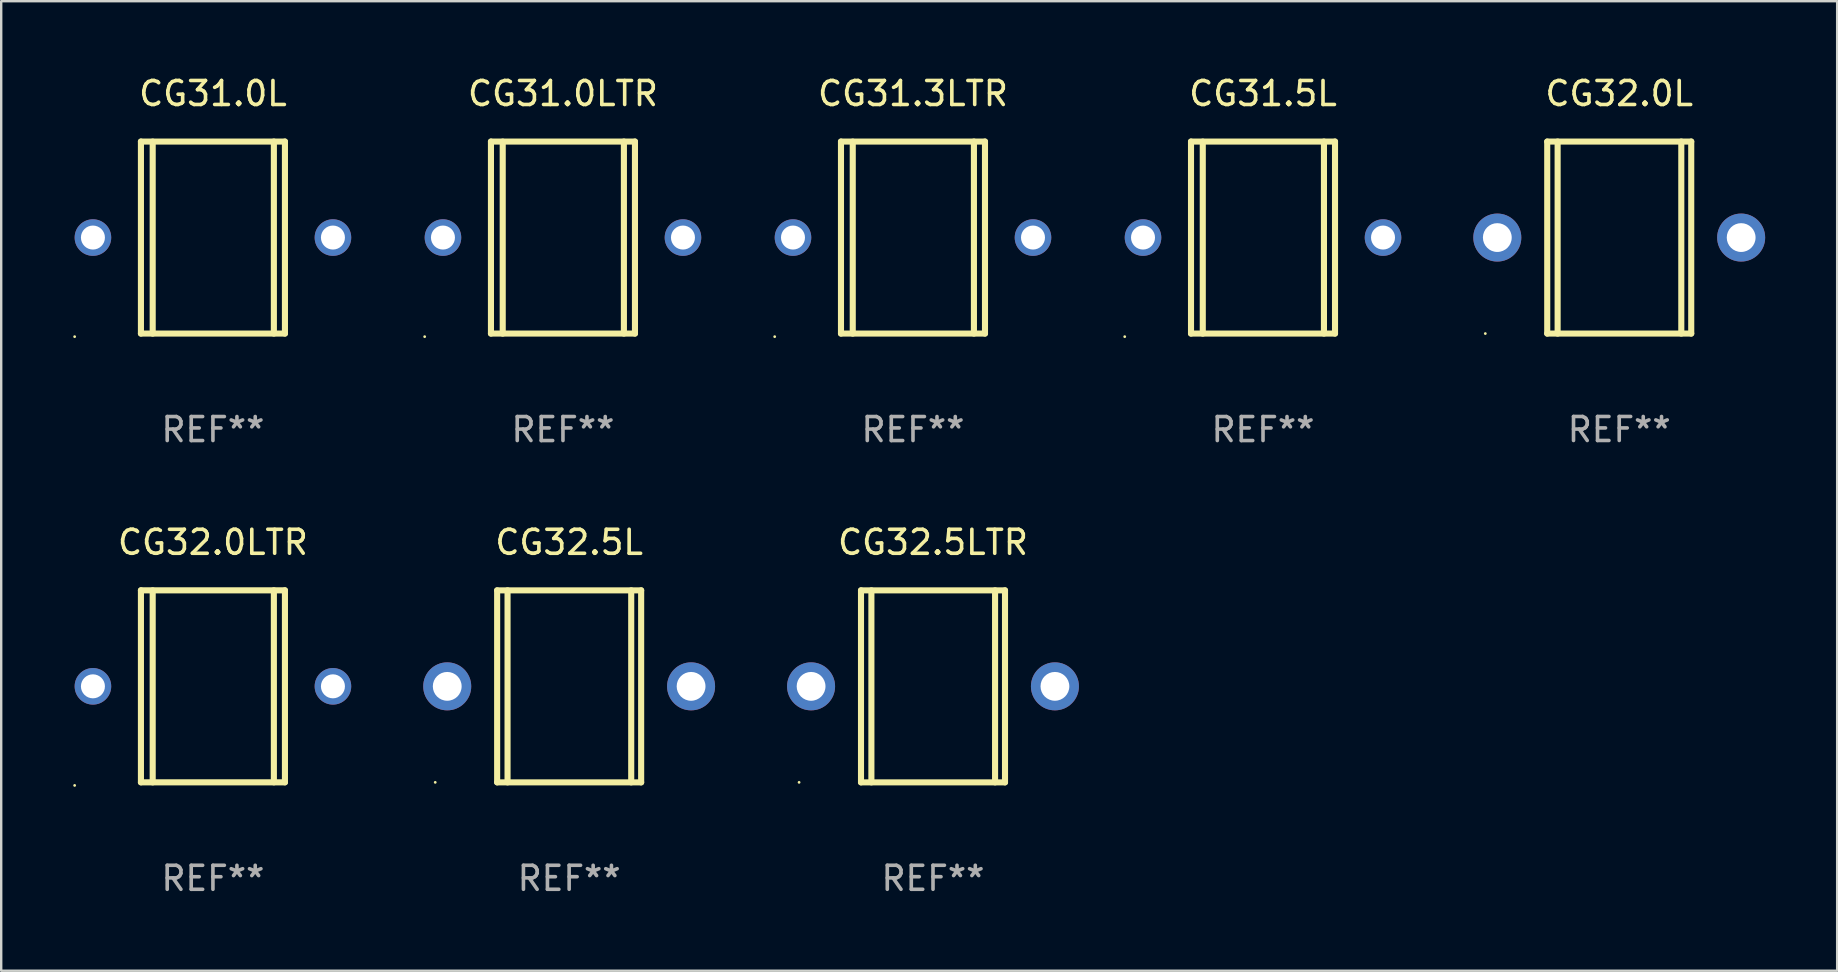
<source format=kicad_pcb>
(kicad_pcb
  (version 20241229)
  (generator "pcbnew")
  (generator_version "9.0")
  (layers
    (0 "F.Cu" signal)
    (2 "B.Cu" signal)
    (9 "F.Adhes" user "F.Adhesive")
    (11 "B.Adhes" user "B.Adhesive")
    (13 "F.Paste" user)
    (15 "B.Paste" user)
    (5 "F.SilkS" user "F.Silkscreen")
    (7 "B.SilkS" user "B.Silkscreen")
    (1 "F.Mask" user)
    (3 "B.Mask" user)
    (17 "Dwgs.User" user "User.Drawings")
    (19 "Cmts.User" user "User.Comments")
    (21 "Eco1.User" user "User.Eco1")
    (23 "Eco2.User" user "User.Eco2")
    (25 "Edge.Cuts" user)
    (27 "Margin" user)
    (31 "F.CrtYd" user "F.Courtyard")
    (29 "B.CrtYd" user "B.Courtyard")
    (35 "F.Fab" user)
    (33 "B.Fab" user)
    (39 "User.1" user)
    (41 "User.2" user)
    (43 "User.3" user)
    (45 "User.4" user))
  (footprint "CG31.5L"
    (layer "F.Cu")
    (at 49.574 6.849)
    (property "Reference" "CG31.5L" (at 0 -6.001 0) (layer "F.SilkS") (effects (font (size 1 1) (thickness 0.15))))
    (attr through_hole)
    (fp_line (start -3 -4.001) (end -3 3.999) (stroke (width 0.254) (type solid)) (layer "F.SilkS"))
    (fp_line (start -3 -4.001) (end 3 -4.001) (stroke (width 0.254) (type solid)) (layer "F.SilkS"))
    (fp_line (start -2.51 4.001) (end -2.51 -3.999) (stroke (width 0.254) (type solid)) (layer "F.SilkS"))
    (fp_line (start 2.539 3.999) (end 2.539 -4.001) (stroke (width 0.254) (type solid)) (layer "F.SilkS"))
    (fp_line (start 3 3.999) (end -3 3.999) (stroke (width 0.254) (type solid)) (layer "F.SilkS"))
    (fp_line (start 3 3.999) (end 3 -4.001) (stroke (width 0.254) (type solid)) (layer "F.SilkS"))
    (fp_circle (center -5.762 4.128) (end -5.732 4.128) (stroke (width 0.06) (type solid)) (fill no) (layer "F.SilkS"))
    (fp_text user "REF**" (at 0 8.001 0) (layer "F.Fab") (effects (font (size 1 1) (thickness 0.15))))
    (pad "1" thru_hole circle (at -5 -0.001) (size 1.524 1.524) (drill 1) (layers "*.Cu" "*.Mask"))
    (pad "2" thru_hole circle (at 5 -0.001) (size 1.524 1.524) (drill 1) (layers "*.Cu" "*.Mask")))
  (footprint "CG32.0L"
    (layer "F.Cu")
    (at 64.416 6.848)
    (property "Reference" "CG32.0L" (at 0 -6 0) (layer "F.SilkS") (effects (font (size 1 1) (thickness 0.15))))
    (attr through_hole)
    (fp_line (start -3 -4) (end -3 4) (stroke (width 0.254) (type solid)) (layer "F.SilkS"))
    (fp_line (start -3 -4) (end 3 -4) (stroke (width 0.254) (type solid)) (layer "F.SilkS"))
    (fp_line (start -3 4) (end 3 4) (stroke (width 0.254) (type solid)) (layer "F.SilkS"))
    (fp_line (start -2.567 -4) (end -2.567 4) (stroke (width 0.254) (type solid)) (layer "F.SilkS"))
    (fp_line (start 2.586 -4) (end 2.586 4) (stroke (width 0.254) (type solid)) (layer "F.SilkS"))
    (fp_line (start 3 -4) (end 3 4) (stroke (width 0.254) (type solid)) (layer "F.SilkS"))
    (fp_circle (center -5.58 4) (end -5.55 4) (stroke (width 0.06) (type solid)) (fill no) (layer "F.SilkS"))
    (fp_text user "REF**" (at 0 8 0) (layer "F.Fab") (effects (font (size 1 1) (thickness 0.15))))
    (pad "1" thru_hole circle (at -5.08 0) (size 2 2) (drill 1.2) (layers "*.Cu" "*.Mask"))
    (pad "2" thru_hole circle (at 5.08 0) (size 2 2) (drill 1.2) (layers "*.Cu" "*.Mask")))
  (footprint "CG32.5L"
    (layer "F.Cu")
    (at 20.664 25.547)
    (property "Reference" "CG32.5L" (at 0 -6 0) (layer "F.SilkS") (effects (font (size 1 1) (thickness 0.15))))
    (attr through_hole)
    (fp_line (start -3 -4) (end -3 4) (stroke (width 0.254) (type solid)) (layer "F.SilkS"))
    (fp_line (start -3 -4) (end 3 -4) (stroke (width 0.254) (type solid)) (layer "F.SilkS"))
    (fp_line (start -3 4) (end 3 4) (stroke (width 0.254) (type solid)) (layer "F.SilkS"))
    (fp_line (start -2.567 -4) (end -2.567 4) (stroke (width 0.254) (type solid)) (layer "F.SilkS"))
    (fp_line (start 2.586 -4) (end 2.586 4) (stroke (width 0.254) (type solid)) (layer "F.SilkS"))
    (fp_line (start 3 -4) (end 3 4) (stroke (width 0.254) (type solid)) (layer "F.SilkS"))
    (fp_circle (center -5.58 4) (end -5.55 4) (stroke (width 0.06) (type solid)) (fill no) (layer "F.SilkS"))
    (fp_text user "REF**" (at 0 8 0) (layer "F.Fab") (effects (font (size 1 1) (thickness 0.15))))
    (pad "1" thru_hole circle (at -5.08 0) (size 2 2) (drill 1.2) (layers "*.Cu" "*.Mask"))
    (pad "2" thru_hole circle (at 5.08 0) (size 2 2) (drill 1.2) (layers "*.Cu" "*.Mask")))
  (footprint "CG31.3LTR"
    (layer "F.Cu")
    (at 34.99 6.849)
    (property "Reference" "CG31.3LTR" (at 0 -6.001 0) (layer "F.SilkS") (effects (font (size 1 1) (thickness 0.15))))
    (attr through_hole)
    (fp_line (start -3 -4.001) (end -3 3.999) (stroke (width 0.254) (type solid)) (layer "F.SilkS"))
    (fp_line (start -3 -4.001) (end 3 -4.001) (stroke (width 0.254) (type solid)) (layer "F.SilkS"))
    (fp_line (start -2.51 4.001) (end -2.51 -3.999) (stroke (width 0.254) (type solid)) (layer "F.SilkS"))
    (fp_line (start 2.539 3.999) (end 2.539 -4.001) (stroke (width 0.254) (type solid)) (layer "F.SilkS"))
    (fp_line (start 3 3.999) (end -3 3.999) (stroke (width 0.254) (type solid)) (layer "F.SilkS"))
    (fp_line (start 3 3.999) (end 3 -4.001) (stroke (width 0.254) (type solid)) (layer "F.SilkS"))
    (fp_circle (center -5.762 4.128) (end -5.732 4.128) (stroke (width 0.06) (type solid)) (fill no) (layer "F.SilkS"))
    (fp_text user "REF**" (at 0 8.001 0) (layer "F.Fab") (effects (font (size 1 1) (thickness 0.15))))
    (pad "1" thru_hole circle (at -5 -0.001) (size 1.524 1.524) (drill 1) (layers "*.Cu" "*.Mask"))
    (pad "2" thru_hole circle (at 5 -0.001) (size 1.524 1.524) (drill 1) (layers "*.Cu" "*.Mask")))
  (footprint "CG31.0LTR"
    (layer "F.Cu")
    (at 20.406 6.849)
    (property "Reference" "CG31.0LTR" (at 0 -6.001 0) (layer "F.SilkS") (effects (font (size 1 1) (thickness 0.15))))
    (attr through_hole)
    (fp_line (start -3 -4.001) (end -3 3.999) (stroke (width 0.254) (type solid)) (layer "F.SilkS"))
    (fp_line (start -3 -4.001) (end 3 -4.001) (stroke (width 0.254) (type solid)) (layer "F.SilkS"))
    (fp_line (start -2.51 4.001) (end -2.51 -3.999) (stroke (width 0.254) (type solid)) (layer "F.SilkS"))
    (fp_line (start 2.539 3.999) (end 2.539 -4.001) (stroke (width 0.254) (type solid)) (layer "F.SilkS"))
    (fp_line (start 3 3.999) (end -3 3.999) (stroke (width 0.254) (type solid)) (layer "F.SilkS"))
    (fp_line (start 3 3.999) (end 3 -4.001) (stroke (width 0.254) (type solid)) (layer "F.SilkS"))
    (fp_circle (center -5.762 4.128) (end -5.732 4.128) (stroke (width 0.06) (type solid)) (fill no) (layer "F.SilkS"))
    (fp_text user "REF**" (at 0 8.001 0) (layer "F.Fab") (effects (font (size 1 1) (thickness 0.15))))
    (pad "1" thru_hole circle (at -5 -0.001) (size 1.524 1.524) (drill 1) (layers "*.Cu" "*.Mask"))
    (pad "2" thru_hole circle (at 5 -0.001) (size 1.524 1.524) (drill 1) (layers "*.Cu" "*.Mask")))
  (footprint "CG32.5LTR"
    (layer "F.Cu")
    (at 35.824 25.547)
    (property "Reference" "CG32.5LTR" (at 0 -6 0) (layer "F.SilkS") (effects (font (size 1 1) (thickness 0.15))))
    (attr through_hole)
    (fp_line (start -3 -4) (end -3 4) (stroke (width 0.254) (type solid)) (layer "F.SilkS"))
    (fp_line (start -3 -4) (end 3 -4) (stroke (width 0.254) (type solid)) (layer "F.SilkS"))
    (fp_line (start -3 4) (end 3 4) (stroke (width 0.254) (type solid)) (layer "F.SilkS"))
    (fp_line (start -2.567 -4) (end -2.567 4) (stroke (width 0.254) (type solid)) (layer "F.SilkS"))
    (fp_line (start 2.586 -4) (end 2.586 4) (stroke (width 0.254) (type solid)) (layer "F.SilkS"))
    (fp_line (start 3 -4) (end 3 4) (stroke (width 0.254) (type solid)) (layer "F.SilkS"))
    (fp_circle (center -5.58 4) (end -5.55 4) (stroke (width 0.06) (type solid)) (fill no) (layer "F.SilkS"))
    (fp_text user "REF**" (at 0 8 0) (layer "F.Fab") (effects (font (size 1 1) (thickness 0.15))))
    (pad "1" thru_hole circle (at -5.08 0) (size 2 2) (drill 1.2) (layers "*.Cu" "*.Mask"))
    (pad "2" thru_hole circle (at 5.08 0) (size 2 2) (drill 1.2) (layers "*.Cu" "*.Mask")))
  (footprint "CG32.0LTR"
    (layer "F.Cu")
    (at 5.822 25.547)
    (property "Reference" "CG32.0LTR" (at 0 -6.001 0) (layer "F.SilkS") (effects (font (size 1 1) (thickness 0.15))))
    (attr through_hole)
    (fp_line (start -3 -4.001) (end -3 3.999) (stroke (width 0.254) (type solid)) (layer "F.SilkS"))
    (fp_line (start -3 -4.001) (end 3 -4.001) (stroke (width 0.254) (type solid)) (layer "F.SilkS"))
    (fp_line (start -2.51 4.001) (end -2.51 -3.999) (stroke (width 0.254) (type solid)) (layer "F.SilkS"))
    (fp_line (start 2.539 3.999) (end 2.539 -4.001) (stroke (width 0.254) (type solid)) (layer "F.SilkS"))
    (fp_line (start 3 3.999) (end -3 3.999) (stroke (width 0.254) (type solid)) (layer "F.SilkS"))
    (fp_line (start 3 3.999) (end 3 -4.001) (stroke (width 0.254) (type solid)) (layer "F.SilkS"))
    (fp_circle (center -5.762 4.128) (end -5.732 4.128) (stroke (width 0.06) (type solid)) (fill no) (layer "F.SilkS"))
    (fp_text user "REF**" (at 0 8.001 0) (layer "F.Fab") (effects (font (size 1 1) (thickness 0.15))))
    (pad "1" thru_hole circle (at -5 -0.001) (size 1.524 1.524) (drill 1) (layers "*.Cu" "*.Mask"))
    (pad "2" thru_hole circle (at 5 -0.001) (size 1.524 1.524) (drill 1) (layers "*.Cu" "*.Mask")))
  (footprint "CG31.0L"
    (layer "F.Cu")
    (at 5.822 6.849)
    (property "Reference" "CG31.0L" (at 0 -6.001 0) (layer "F.SilkS") (effects (font (size 1 1) (thickness 0.15))))
    (attr through_hole)
    (fp_line (start -3 -4.001) (end -3 3.999) (stroke (width 0.254) (type solid)) (layer "F.SilkS"))
    (fp_line (start -3 -4.001) (end 3 -4.001) (stroke (width 0.254) (type solid)) (layer "F.SilkS"))
    (fp_line (start -2.51 4.001) (end -2.51 -3.999) (stroke (width 0.254) (type solid)) (layer "F.SilkS"))
    (fp_line (start 2.539 3.999) (end 2.539 -4.001) (stroke (width 0.254) (type solid)) (layer "F.SilkS"))
    (fp_line (start 3 3.999) (end -3 3.999) (stroke (width 0.254) (type solid)) (layer "F.SilkS"))
    (fp_line (start 3 3.999) (end 3 -4.001) (stroke (width 0.254) (type solid)) (layer "F.SilkS"))
    (fp_circle (center -5.762 4.128) (end -5.732 4.128) (stroke (width 0.06) (type solid)) (fill no) (layer "F.SilkS"))
    (fp_text user "REF**" (at 0 8.001 0) (layer "F.Fab") (effects (font (size 1 1) (thickness 0.15))))
    (pad "1" thru_hole circle (at -5 -0.001) (size 1.524 1.524) (drill 1) (layers "*.Cu" "*.Mask"))
    (pad "2" thru_hole circle (at 5 -0.001) (size 1.524 1.524) (drill 1) (layers "*.Cu" "*.Mask")))
  (gr_rect
    (start -3 -3)
    (end 73.496 37.397)
    (stroke (width 0.1) (type default))
    (fill no)
    (layer "Edge.Cuts")))
</source>
